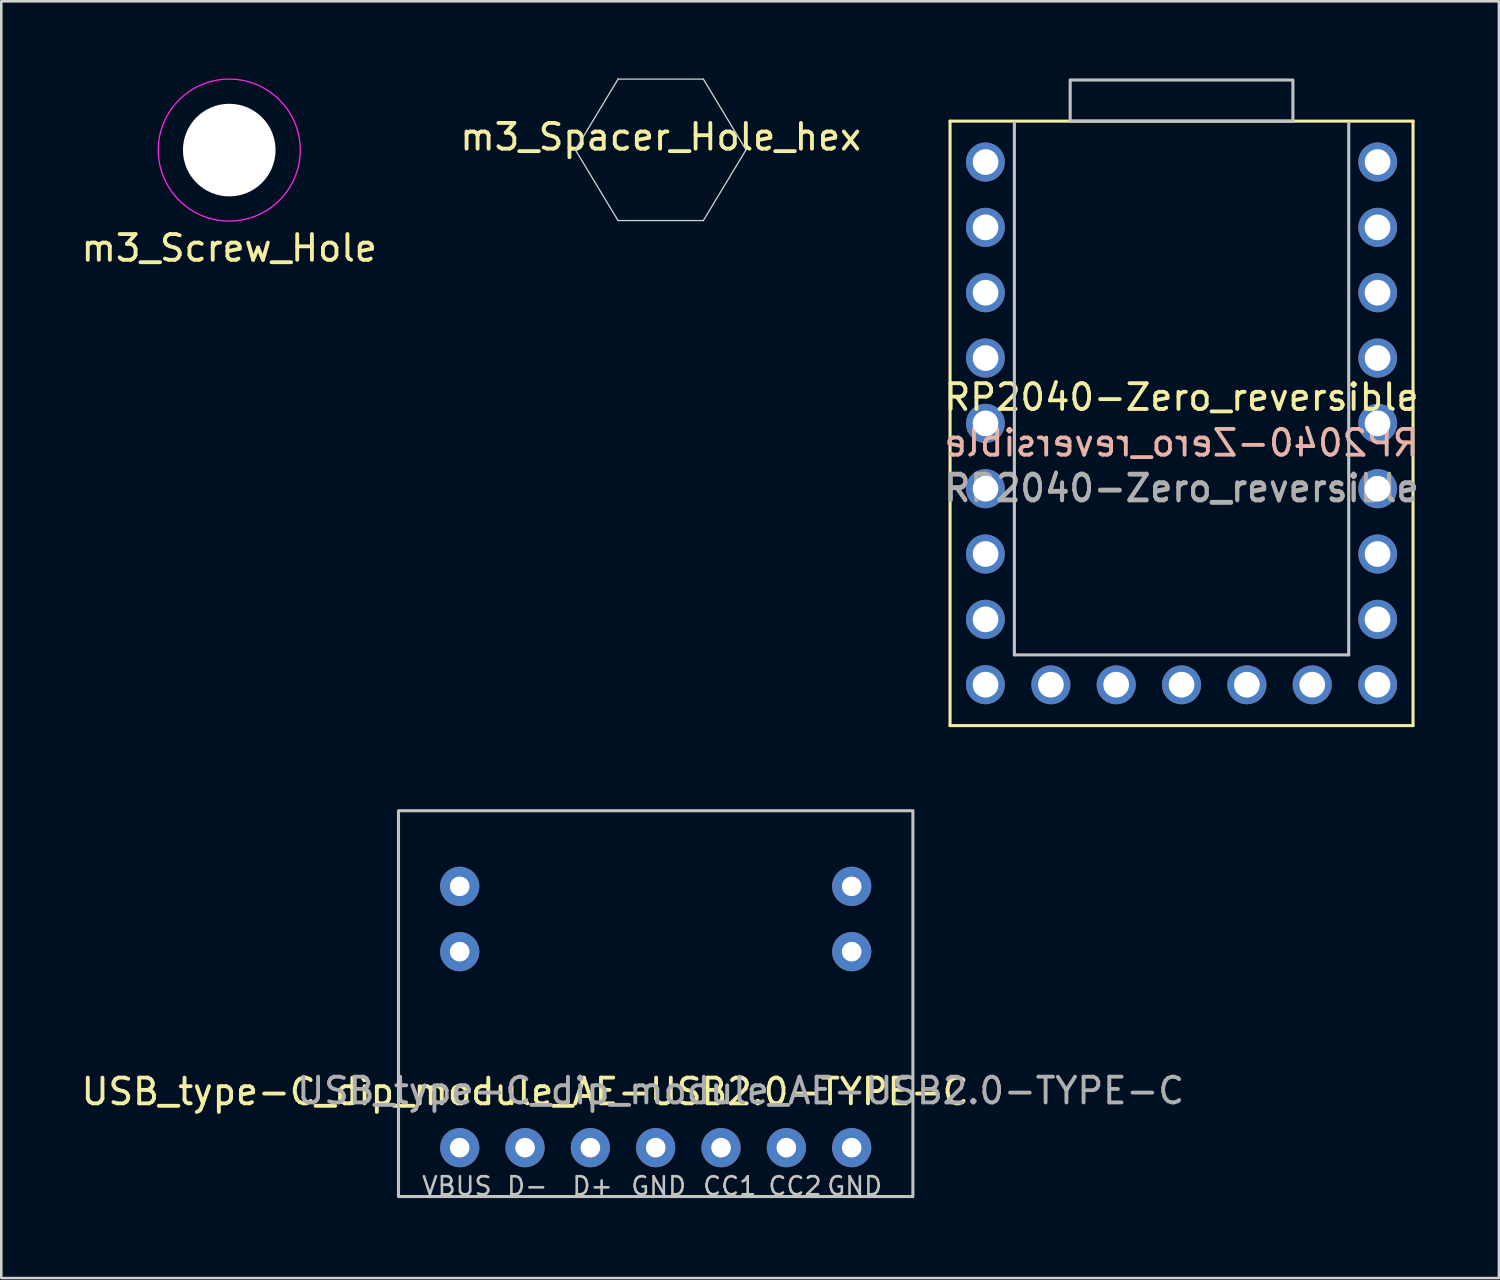
<source format=kicad_pcb>
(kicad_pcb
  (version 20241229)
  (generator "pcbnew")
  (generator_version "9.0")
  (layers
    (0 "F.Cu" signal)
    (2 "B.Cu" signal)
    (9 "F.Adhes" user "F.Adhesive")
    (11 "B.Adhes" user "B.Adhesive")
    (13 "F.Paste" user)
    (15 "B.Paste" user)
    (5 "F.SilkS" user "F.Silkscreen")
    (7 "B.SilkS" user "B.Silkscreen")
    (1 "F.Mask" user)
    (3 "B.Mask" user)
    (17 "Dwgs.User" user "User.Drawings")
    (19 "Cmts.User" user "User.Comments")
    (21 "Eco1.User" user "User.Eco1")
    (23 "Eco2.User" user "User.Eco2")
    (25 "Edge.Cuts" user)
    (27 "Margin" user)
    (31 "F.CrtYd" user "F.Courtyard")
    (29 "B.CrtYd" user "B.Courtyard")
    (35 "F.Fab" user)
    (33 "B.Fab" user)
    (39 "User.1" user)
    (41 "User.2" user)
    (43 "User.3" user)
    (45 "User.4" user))
  (footprint "m3_Screw_Hole"
    (layer "F.Cu")
    (at 5.863 2.785)
    (property "Reference" "m3_Screw_Hole" (at 0 3.81 0) (unlocked yes) (layer "F.SilkS") (effects (font (size 1 1) (thickness 0.15))))
    (fp_circle (center 0 0) (end 2.76 0) (stroke (width 0.05) (type solid)) (fill no) (layer "F.CrtYd"))
    (pad "" np_thru_hole circle (at 0 0) (size 3.6 3.6) (drill 3.6) (layers "*.Cu" "*.Mask")))
  (footprint "m3_Spacer_Hole_hex"
    (layer "F.Cu")
    (at 22.637 2.775)
    (property "Reference" "m3_Spacer_Hole_hex" (at 0 -0.5 0) (unlocked yes) (layer "F.SilkS") (effects (font (size 1 1) (thickness 0.15))))
    (fp_line (start -3.317 0) (end -1.658 2.75) (stroke (width 0.05) (type solid)) (layer "Edge.Cuts"))
    (fp_line (start -1.658 -2.75) (end -3.317 0) (stroke (width 0.05) (type default)) (layer "Edge.Cuts"))
    (fp_line (start 1.658 -2.75) (end -1.658 -2.75) (stroke (width 0.05) (type solid)) (layer "Edge.Cuts"))
    (fp_line (start 1.658 -2.75) (end 3.317 0) (stroke (width 0.05) (type solid)) (layer "Edge.Cuts"))
    (fp_line (start 1.658 2.75) (end -1.658 2.75) (stroke (width 0.05) (type solid)) (layer "Edge.Cuts"))
    (fp_line (start 3.317 0) (end 1.658 2.75) (stroke (width 0.05) (type solid)) (layer "Edge.Cuts")))
  (footprint "USB_type-C_dip_module_AE-USB2.0-TYPE-C"
    (layer "F.Cu")
    (at 22.443 28.47)
    (property "Reference" "USB_type-C_dip_module_AE-USB2.0-TYPE-C" (at -5.08 10.922 0) (unlocked yes) (layer "F.SilkS") (effects (font (size 1 1) (thickness 0.15))))
    (attr through_hole)
    (fp_rect (start -10 0) (end 10 15) (stroke (width 0.12) (type default)) (fill no) (layer "Dwgs.User"))
    (fp_text user "GND" (at -1.016 15 0) (unlocked yes) (layer "Dwgs.User") (effects (font (size 0.7 0.7) (thickness 0.1)) (justify left bottom)))
    (fp_text user "CC2" (at 4.318 15 0) (unlocked yes) (layer "Dwgs.User") (effects (font (size 0.7 0.7) (thickness 0.1)) (justify left bottom)))
    (fp_text user "GND" (at 6.604 15 0) (unlocked yes) (layer "Dwgs.User") (effects (font (size 0.7 0.7) (thickness 0.1)) (justify left bottom)))
    (fp_text user "CC1" (at 1.778 15 0) (unlocked yes) (layer "Dwgs.User") (effects (font (size 0.7 0.7) (thickness 0.1)) (justify left bottom)))
    (fp_text user "D-" (at -5.842 15 0) (unlocked yes) (layer "Dwgs.User") (effects (font (size 0.7 0.7) (thickness 0.1)) (justify left bottom)))
    (fp_text user "VBUS" (at -9.144 15 0) (unlocked yes) (layer "Dwgs.User") (effects (font (size 0.7 0.7) (thickness 0.1)) (justify left bottom)))
    (fp_text user "D+" (at -3.302 15 0) (unlocked yes) (layer "Dwgs.User") (effects (font (size 0.7 0.7) (thickness 0.1)) (justify left bottom)))
    (fp_text user "${REFERENCE}" (at 3.302 10.886 0) (unlocked yes) (layer "F.Fab") (effects (font (size 1 1) (thickness 0.15))))
    (pad "1" thru_hole circle (at -7.62 13.1) (size 1.524 1.524) (drill 0.762) (layers "*.Cu" "*.Mask"))
    (pad "2" thru_hole circle (at -5.08 13.1) (size 1.524 1.524) (drill 0.762) (layers "*.Cu" "*.Mask"))
    (pad "3" thru_hole circle (at -2.54 13.1) (size 1.524 1.524) (drill 0.762) (layers "*.Cu" "*.Mask"))
    (pad "4" thru_hole circle (at 0 13.1) (size 1.524 1.524) (drill 0.762) (layers "*.Cu" "*.Mask"))
    (pad "5" thru_hole circle (at 2.54 13.1) (size 1.524 1.524) (drill 0.762) (layers "*.Cu" "*.Mask"))
    (pad "6" thru_hole circle (at 5.08 13.1) (size 1.524 1.524) (drill 0.762) (layers "*.Cu" "*.Mask"))
    (pad "7" thru_hole circle (at 7.62 13.1) (size 1.524 1.524) (drill 0.762) (layers "*.Cu" "*.Mask"))
    (pad "a" thru_hole circle (at -7.62 2.94) (size 1.524 1.524) (drill 0.762) (layers "*.Cu" "*.Mask"))
    (pad "b" thru_hole circle (at -7.62 5.48) (size 1.524 1.524) (drill 0.762) (layers "*.Cu" "*.Mask"))
    (pad "c" thru_hole circle (at 7.62 2.94) (size 1.524 1.524) (drill 0.762) (layers "*.Cu" "*.Mask"))
    (pad "d" thru_hole circle (at 7.62 5.48) (size 1.524 1.524) (drill 0.762) (layers "*.Cu" "*.Mask")))
  (footprint "RP2040-Zero_reversible"
    (layer "F.Cu")
    (at 42.887 13.41)
    (property "Reference" "RP2040-Zero_reversible" (at 0 -1.016 0) (unlocked yes) (layer "F.SilkS") (effects (font (size 1 1) (thickness 0.15))))
    (fp_line (start -9 -11.75) (end -9 11.75) (stroke (width 0.12) (type solid)) (layer "F.SilkS"))
    (fp_line (start -9 -11.75) (end 9 -11.75) (stroke (width 0.12) (type solid)) (layer "F.SilkS"))
    (fp_line (start -9 11.75) (end 9 11.75) (stroke (width 0.12) (type solid)) (layer "F.SilkS"))
    (fp_line (start 9 -11.75) (end 9 11.75) (stroke (width 0.12) (type solid)) (layer "F.SilkS"))
    (fp_line (start -6.5 -11.684) (end -6.5 9) (stroke (width 0.12) (type solid)) (layer "Dwgs.User"))
    (fp_line (start -6.5 9) (end 6.5 9) (stroke (width 0.12) (type solid)) (layer "Dwgs.User"))
    (fp_line (start 6.5 9) (end 6.5 -11.684) (stroke (width 0.12) (type solid)) (layer "Dwgs.User"))
    (fp_rect (start -4.33 -13.35) (end 4.33 -11.75) (stroke (width 0.12) (type solid)) (fill no) (layer "Dwgs.User"))
    (fp_text user "${REFERENCE}" (at 0 0.762 0) (unlocked yes) (layer "B.SilkS") (effects (font (size 1 1) (thickness 0.15)) (justify mirror)))
    (fp_text user "${REFERENCE}" (at 0 2.5 0) (unlocked yes) (layer "F.Fab") (effects (font (size 1 1) (thickness 0.15))))
    (fp_text user "${REFERENCE}" (at 0 2.54 0) (unlocked yes) (layer "F.Fab") (effects (font (size 1 1) (thickness 0.15))))
    (pad "1" thru_hole roundrect (at 7.62 -10.16 180) (size 1.512 1.524) (drill 1 (offset -0.006 0)) (layers "*.Cu" "*.Mask") (roundrect_rratio 0.5))
    (pad "2" thru_hole roundrect (at 7.62 -7.62 180) (size 1.512 1.524) (drill 1 (offset -0.006 0)) (layers "*.Cu" "*.Mask") (roundrect_rratio 0.5))
    (pad "3" thru_hole roundrect (at 7.62 -5.08 180) (size 1.512 1.524) (drill 1 (offset -0.006 0)) (layers "*.Cu" "*.Mask") (roundrect_rratio 0.5))
    (pad "4" thru_hole roundrect (at 7.62 -2.54 180) (size 1.512 1.524) (drill 1 (offset -0.006 0)) (layers "*.Cu" "*.Mask") (roundrect_rratio 0.5))
    (pad "5" thru_hole roundrect (at 7.62 0 180) (size 1.512 1.524) (drill 1 (offset -0.006 0)) (layers "*.Cu" "*.Mask") (roundrect_rratio 0.5))
    (pad "6" thru_hole roundrect (at 7.62 2.54 180) (size 1.512 1.524) (drill 1 (offset -0.006 0)) (layers "*.Cu" "*.Mask") (roundrect_rratio 0.5))
    (pad "7" thru_hole roundrect (at 7.62 5.08 180) (size 1.512 1.524) (drill 1 (offset -0.006 0)) (layers "*.Cu" "*.Mask") (roundrect_rratio 0.5))
    (pad "8" thru_hole roundrect (at 7.62 7.62 180) (size 1.512 1.524) (drill 1 (offset -0.006 0)) (layers "*.Cu" "*.Mask") (roundrect_rratio 0.5))
    (pad "9" thru_hole roundrect (at 7.62 10.16 180) (size 1.512 1.524) (drill 1 (offset -0.006 0)) (layers "*.Cu" "*.Mask") (roundrect_rratio 0.5))
    (pad "10" thru_hole roundrect (at 5.08 10.16 90) (size 1.512 1.524) (drill 1 (offset -0.006 0)) (layers "*.Cu" "*.Mask") (roundrect_rratio 0.5))
    (pad "11" thru_hole roundrect (at 2.54 10.16 90) (size 1.512 1.524) (drill 1 (offset -0.006 0)) (layers "*.Cu" "*.Mask") (roundrect_rratio 0.5))
    (pad "12" thru_hole roundrect (at 0 10.16 90) (size 1.512 1.524) (drill 1 (offset -0.006 0)) (layers "*.Cu" "*.Mask") (roundrect_rratio 0.5))
    (pad "13" thru_hole roundrect (at -2.54 10.16 90) (size 1.512 1.524) (drill 1 (offset -0.006 0)) (layers "*.Cu" "*.Mask") (roundrect_rratio 0.5))
    (pad "14" thru_hole roundrect (at -5.08 10.16 90) (size 1.512 1.524) (drill 1 (offset -0.006 0)) (layers "*.Cu" "*.Mask") (roundrect_rratio 0.5))
    (pad "15" thru_hole roundrect (at -7.62 10.16) (size 1.512 1.524) (drill 1 (offset -0.006 0)) (layers "*.Cu" "*.Mask") (roundrect_rratio 0.5))
    (pad "16" thru_hole roundrect (at -7.62 7.62) (size 1.512 1.524) (drill 1 (offset -0.006 0)) (layers "*.Cu" "*.Mask") (roundrect_rratio 0.5))
    (pad "17" thru_hole roundrect (at -7.62 5.08) (size 1.512 1.524) (drill 1 (offset -0.006 0)) (layers "*.Cu" "*.Mask") (roundrect_rratio 0.5))
    (pad "18" thru_hole roundrect (at -7.62 2.54) (size 1.512 1.524) (drill 1 (offset -0.006 0)) (layers "*.Cu" "*.Mask") (roundrect_rratio 0.5))
    (pad "19" thru_hole roundrect (at -7.62 0) (size 1.512 1.524) (drill 1 (offset -0.006 0)) (layers "*.Cu" "*.Mask") (roundrect_rratio 0.5))
    (pad "20" thru_hole roundrect (at -7.62 -2.54) (size 1.512 1.524) (drill 1 (offset -0.006 0)) (layers "*.Cu" "*.Mask") (roundrect_rratio 0.5))
    (pad "21" thru_hole roundrect (at -7.62 -5.08) (size 1.512 1.524) (drill 1 (offset -0.006 0)) (layers "*.Cu" "*.Mask") (roundrect_rratio 0.5))
    (pad "22" thru_hole roundrect (at -7.62 -10.16) (size 1.512 1.524) (drill 1 (offset -0.006 0)) (layers "*.Cu" "*.Mask") (roundrect_rratio 0.5))
    (pad "23" thru_hole roundrect (at -7.62 -7.62) (size 1.512 1.524) (drill 1 (offset -0.006 0)) (layers "*.Cu" "*.Mask") (roundrect_rratio 0.5)))
  (gr_rect
    (start -3 -3)
    (end 55.226 46.64)
    (stroke (width 0.1) (type default))
    (fill no)
    (layer "Edge.Cuts")))
</source>
